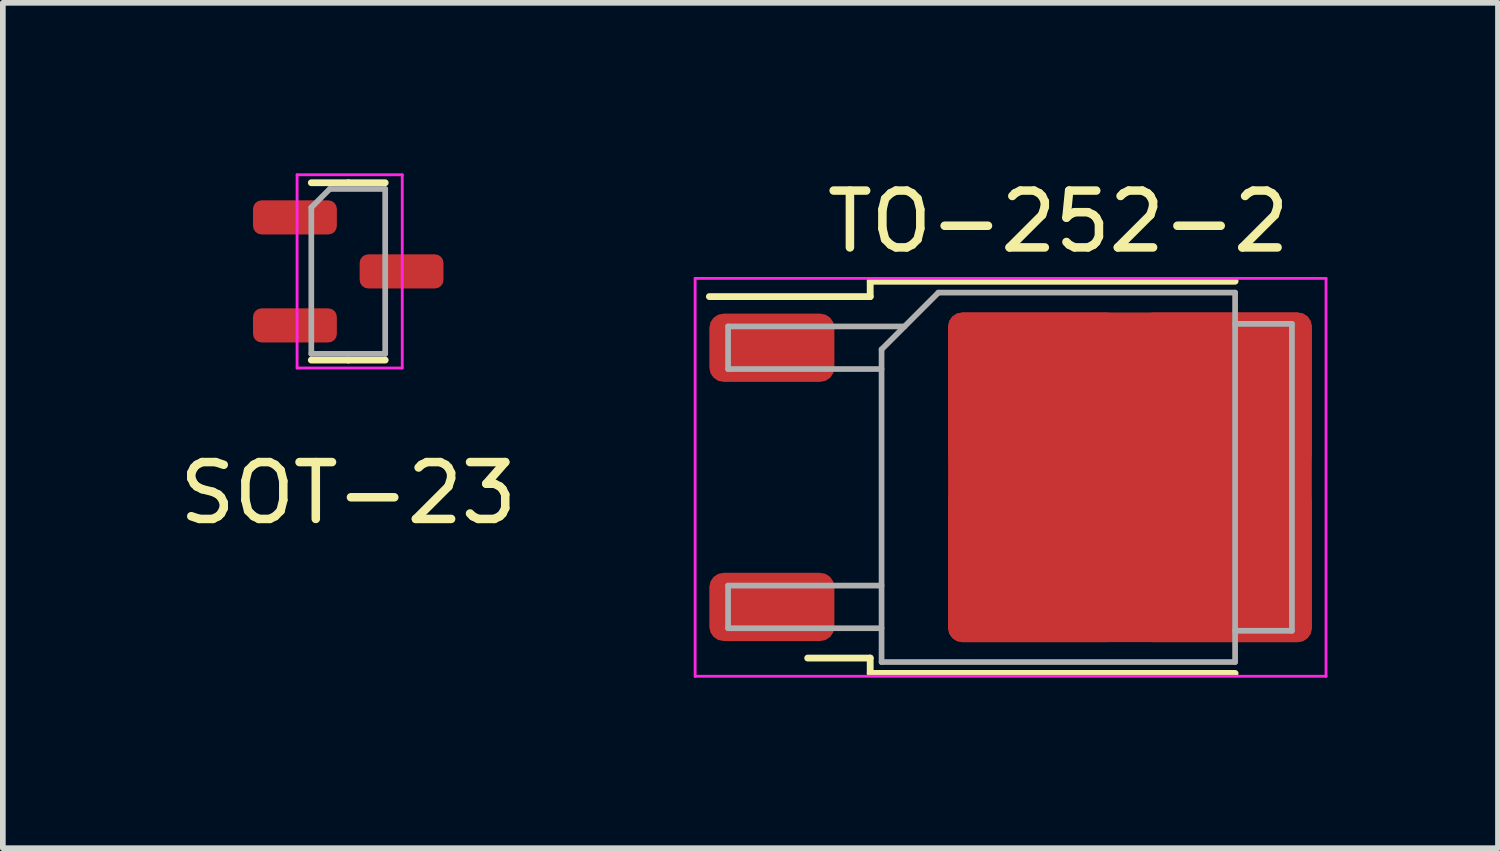
<source format=kicad_pcb>
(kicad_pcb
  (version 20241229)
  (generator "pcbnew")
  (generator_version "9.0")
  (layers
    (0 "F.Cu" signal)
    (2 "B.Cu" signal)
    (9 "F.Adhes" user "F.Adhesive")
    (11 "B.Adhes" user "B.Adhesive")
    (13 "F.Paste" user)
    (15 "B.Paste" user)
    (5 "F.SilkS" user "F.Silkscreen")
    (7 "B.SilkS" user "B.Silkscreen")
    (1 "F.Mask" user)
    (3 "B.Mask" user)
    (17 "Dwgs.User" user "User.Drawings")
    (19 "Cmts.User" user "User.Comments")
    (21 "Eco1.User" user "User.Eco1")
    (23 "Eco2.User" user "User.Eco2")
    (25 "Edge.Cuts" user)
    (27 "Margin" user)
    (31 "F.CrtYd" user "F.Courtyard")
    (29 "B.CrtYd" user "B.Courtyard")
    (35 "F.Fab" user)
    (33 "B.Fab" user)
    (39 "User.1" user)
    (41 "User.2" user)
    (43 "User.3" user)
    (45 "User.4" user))
  (footprint "TO-252-2"
    (layer "F.Cu")
    (at 15.57 5.348)
    (property "Reference" "TO-252-2" (at 0 -4.5 0) (layer "F.SilkS") (effects (font (size 1 1) (thickness 0.15))))
    (attr smd)
    (fp_line (start -3.31 -3.45) (end -3.31 -3.18) (stroke (width 0.12) (type solid)) (layer "F.SilkS"))
    (fp_line (start -3.31 -3.18) (end -6.14 -3.18) (stroke (width 0.12) (type solid)) (layer "F.SilkS"))
    (fp_line (start -3.31 3.18) (end -4.41 3.18) (stroke (width 0.12) (type solid)) (layer "F.SilkS"))
    (fp_line (start -3.31 3.45) (end -3.31 3.18) (stroke (width 0.12) (type solid)) (layer "F.SilkS"))
    (fp_line (start 3.11 -3.45) (end -3.31 -3.45) (stroke (width 0.12) (type solid)) (layer "F.SilkS"))
    (fp_line (start 3.11 3.45) (end -3.31 3.45) (stroke (width 0.12) (type solid)) (layer "F.SilkS"))
    (fp_line (start -6.39 -3.5) (end -6.39 3.5) (stroke (width 0.05) (type solid)) (layer "F.CrtYd"))
    (fp_line (start -6.39 3.5) (end 4.71 3.5) (stroke (width 0.05) (type solid)) (layer "F.CrtYd"))
    (fp_line (start 4.71 -3.5) (end -6.39 -3.5) (stroke (width 0.05) (type solid)) (layer "F.CrtYd"))
    (fp_line (start 4.71 3.5) (end 4.71 -3.5) (stroke (width 0.05) (type solid)) (layer "F.CrtYd"))
    (fp_line (start -5.81 -2.655) (end -5.81 -1.905) (stroke (width 0.1) (type solid)) (layer "F.Fab"))
    (fp_line (start -5.81 -1.905) (end -3.11 -1.905) (stroke (width 0.1) (type solid)) (layer "F.Fab"))
    (fp_line (start -5.81 1.905) (end -5.81 2.655) (stroke (width 0.1) (type solid)) (layer "F.Fab"))
    (fp_line (start -5.81 2.655) (end -3.11 2.655) (stroke (width 0.1) (type solid)) (layer "F.Fab"))
    (fp_line (start -3.11 -2.25) (end -2.11 -3.25) (stroke (width 0.1) (type solid)) (layer "F.Fab"))
    (fp_line (start -3.11 1.905) (end -5.81 1.905) (stroke (width 0.1) (type solid)) (layer "F.Fab"))
    (fp_line (start -3.11 3.25) (end -3.11 -2.25) (stroke (width 0.1) (type solid)) (layer "F.Fab"))
    (fp_line (start -2.705 -2.655) (end -5.81 -2.655) (stroke (width 0.1) (type solid)) (layer "F.Fab"))
    (fp_line (start -2.11 -3.25) (end 3.11 -3.25) (stroke (width 0.1) (type solid)) (layer "F.Fab"))
    (fp_line (start 3.11 -3.25) (end 3.11 3.25) (stroke (width 0.1) (type solid)) (layer "F.Fab"))
    (fp_line (start 3.11 -2.7) (end 4.11 -2.7) (stroke (width 0.1) (type solid)) (layer "F.Fab"))
    (fp_line (start 3.11 3.25) (end -3.11 3.25) (stroke (width 0.1) (type solid)) (layer "F.Fab"))
    (fp_line (start 4.11 -2.7) (end 4.11 2.7) (stroke (width 0.1) (type solid)) (layer "F.Fab"))
    (fp_line (start 4.11 2.7) (end 3.11 2.7) (stroke (width 0.1) (type solid)) (layer "F.Fab"))
    (pad "1" smd roundrect (at -5.04 -2.28) (size 2.2 1.2) (layers "F.Cu" "F.Mask" "F.Paste") (roundrect_rratio 0.208))
    (pad "2" smd roundrect (at -0.415 -1.525) (size 3.05 2.75) (layers "F.Cu" "F.Paste") (roundrect_rratio 0.091))
    (pad "2" smd roundrect (at -0.415 1.525) (size 3.05 2.75) (layers "F.Cu" "F.Paste") (roundrect_rratio 0.091))
    (pad "2" smd roundrect (at 1.26 0) (size 6.4 5.8) (layers "F.Cu" "F.Mask") (roundrect_rratio 0.043))
    (pad "2" smd roundrect (at 2.935 -1.525) (size 3.05 2.75) (layers "F.Cu" "F.Paste") (roundrect_rratio 0.091))
    (pad "2" smd roundrect (at 2.935 1.525) (size 3.05 2.75) (layers "F.Cu" "F.Paste") (roundrect_rratio 0.091))
    (pad "3" smd roundrect (at -5.04 2.28) (size 2.2 1.2) (layers "F.Cu" "F.Mask" "F.Paste") (roundrect_rratio 0.208)))
  (footprint "SOT-23"
    (layer "F.Cu")
    (at 3.077 1.725)
    (property "Reference" "SOT-23" (at 0 3.9 0) (layer "F.SilkS") (effects (font (size 1 1) (thickness 0.15))))
    (attr smd)
    (fp_line (start 0 -1.56) (end -0.65 -1.56) (stroke (width 0.12) (type solid)) (layer "F.SilkS"))
    (fp_line (start 0 -1.56) (end 0.65 -1.56) (stroke (width 0.12) (type solid)) (layer "F.SilkS"))
    (fp_line (start 0 1.56) (end -0.65 1.56) (stroke (width 0.12) (type solid)) (layer "F.SilkS"))
    (fp_line (start 0 1.56) (end 0.65 1.56) (stroke (width 0.12) (type solid)) (layer "F.SilkS"))
    (fp_line (start -0.9 -1.7) (end -0.9 1.7) (stroke (width 0.05) (type solid)) (layer "F.CrtYd"))
    (fp_line (start -0.9 1.7) (end 0.95 1.7) (stroke (width 0.05) (type solid)) (layer "F.CrtYd"))
    (fp_line (start 0.95 -1.7) (end -0.9 -1.7) (stroke (width 0.05) (type solid)) (layer "F.CrtYd"))
    (fp_line (start 0.95 1.7) (end 0.95 -1.7) (stroke (width 0.05) (type solid)) (layer "F.CrtYd"))
    (fp_line (start -0.65 -1.125) (end -0.325 -1.45) (stroke (width 0.1) (type solid)) (layer "F.Fab"))
    (fp_line (start -0.65 1.45) (end -0.65 -1.125) (stroke (width 0.1) (type solid)) (layer "F.Fab"))
    (fp_line (start -0.325 -1.45) (end 0.65 -1.45) (stroke (width 0.1) (type solid)) (layer "F.Fab"))
    (fp_line (start 0.65 -1.45) (end 0.65 1.45) (stroke (width 0.1) (type solid)) (layer "F.Fab"))
    (fp_line (start 0.65 1.45) (end -0.65 1.45) (stroke (width 0.1) (type solid)) (layer "F.Fab"))
    (pad "1" smd roundrect (at -0.938 -0.95) (size 1.475 0.6) (layers "F.Cu" "F.Mask" "F.Paste") (roundrect_rratio 0.25))
    (pad "2" smd roundrect (at -0.938 0.95) (size 1.475 0.6) (layers "F.Cu" "F.Mask" "F.Paste") (roundrect_rratio 0.25))
    (pad "3" smd roundrect (at 0.938 0) (size 1.475 0.6) (layers "F.Cu" "F.Mask" "F.Paste") (roundrect_rratio 0.25)))
  (gr_rect
    (start -3 -3)
    (end 23.305 11.873)
    (stroke (width 0.1) (type default))
    (fill no)
    (layer "Edge.Cuts")))
</source>
